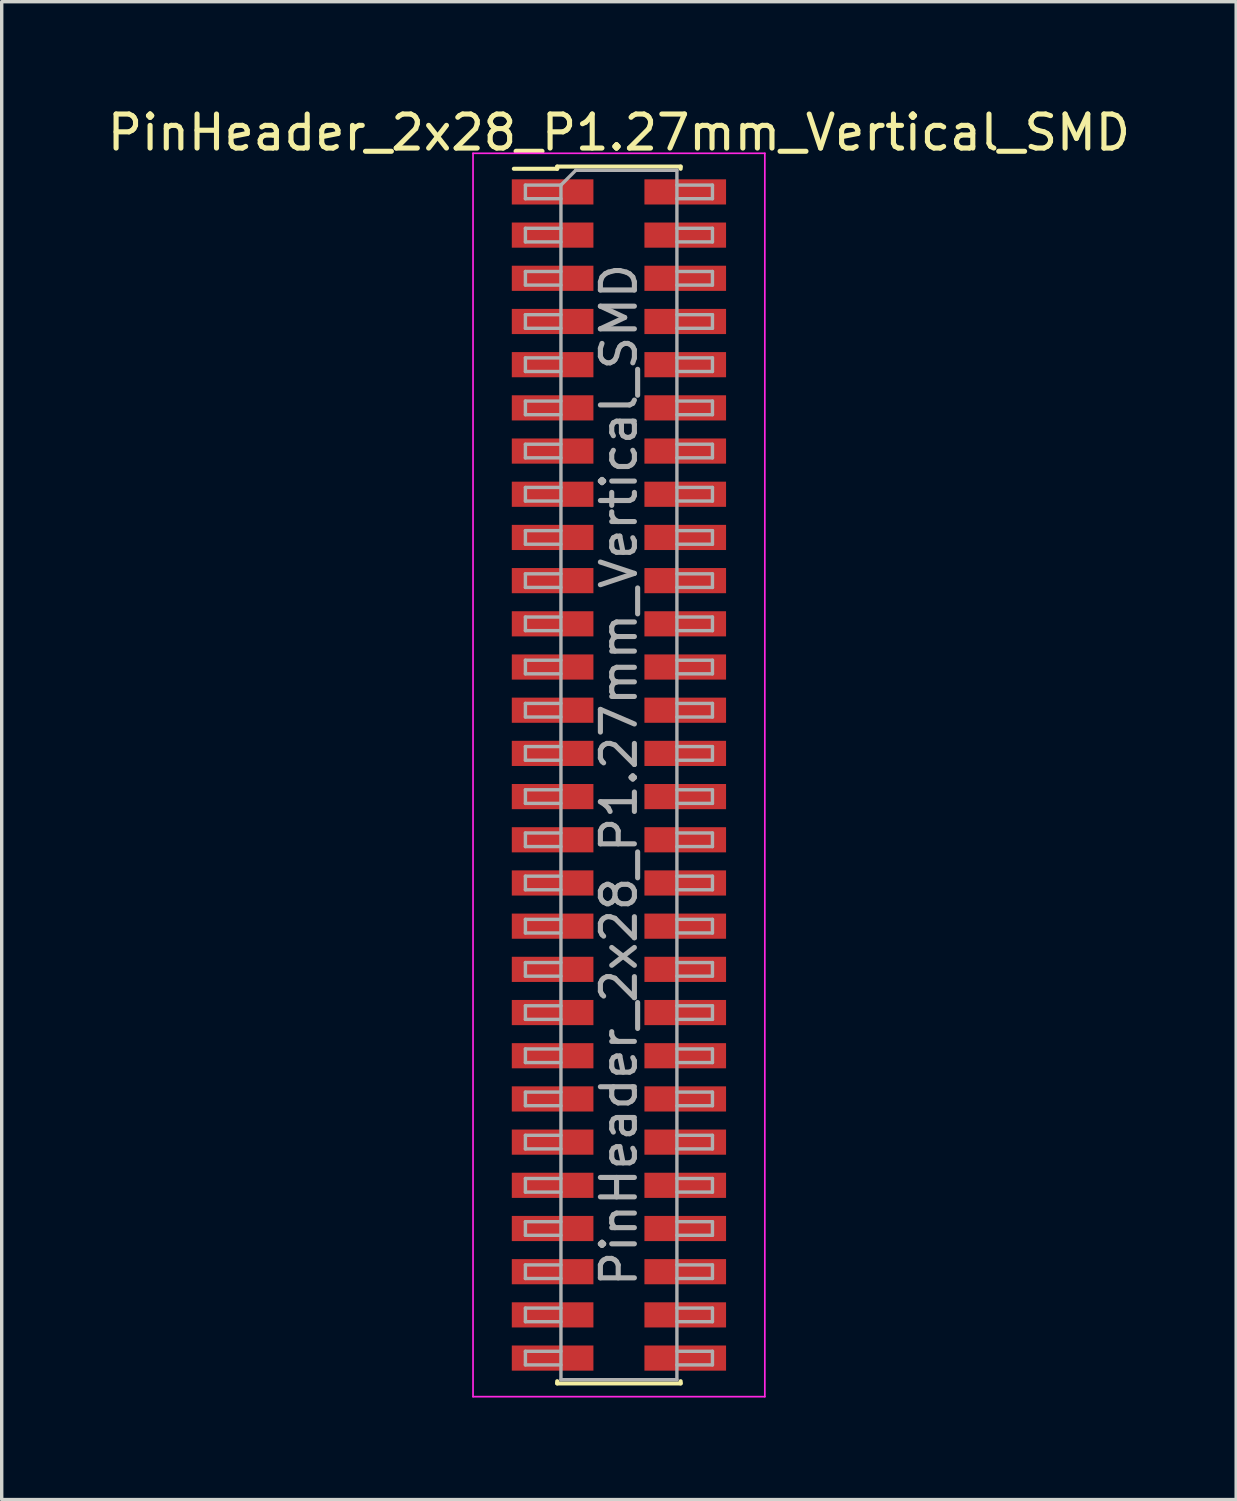
<source format=kicad_pcb>
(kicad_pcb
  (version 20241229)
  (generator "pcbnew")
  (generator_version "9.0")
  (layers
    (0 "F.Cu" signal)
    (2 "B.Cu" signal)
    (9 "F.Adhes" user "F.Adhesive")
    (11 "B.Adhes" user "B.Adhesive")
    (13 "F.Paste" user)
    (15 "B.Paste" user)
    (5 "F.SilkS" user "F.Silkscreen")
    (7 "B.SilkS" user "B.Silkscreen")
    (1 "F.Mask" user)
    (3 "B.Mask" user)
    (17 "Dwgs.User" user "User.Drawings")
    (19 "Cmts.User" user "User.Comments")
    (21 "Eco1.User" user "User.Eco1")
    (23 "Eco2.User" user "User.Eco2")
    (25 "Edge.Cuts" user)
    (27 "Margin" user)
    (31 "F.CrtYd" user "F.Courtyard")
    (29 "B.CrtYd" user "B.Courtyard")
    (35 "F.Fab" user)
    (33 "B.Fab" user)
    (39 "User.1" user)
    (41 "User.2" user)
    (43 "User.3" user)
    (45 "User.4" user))
  (footprint "PinHeader_2x28_P1.27mm_Vertical_SMD"
    (layer "F.Cu")
    (at 15.149 19.738)
    (property "Reference" "PinHeader_2x28_P1.27mm_Vertical_SMD" (at 0 -18.89 0) (layer "F.SilkS") (effects (font (size 1 1) (thickness 0.15))))
    (attr smd)
    (fp_line (start -3.09 -17.825) (end -1.815 -17.825) (stroke (width 0.12) (type solid)) (layer "F.SilkS"))
    (fp_line (start -1.815 -17.89) (end -1.815 -17.825) (stroke (width 0.12) (type solid)) (layer "F.SilkS"))
    (fp_line (start -1.815 -17.89) (end 1.815 -17.89) (stroke (width 0.12) (type solid)) (layer "F.SilkS"))
    (fp_line (start -1.815 17.825) (end -1.815 17.89) (stroke (width 0.12) (type solid)) (layer "F.SilkS"))
    (fp_line (start -1.815 17.89) (end 1.815 17.89) (stroke (width 0.12) (type solid)) (layer "F.SilkS"))
    (fp_line (start 1.815 -17.89) (end 1.815 -17.825) (stroke (width 0.12) (type solid)) (layer "F.SilkS"))
    (fp_line (start 1.815 17.825) (end 1.815 17.89) (stroke (width 0.12) (type solid)) (layer "F.SilkS"))
    (fp_line (start -4.29 -18.28) (end -4.29 18.28) (stroke (width 0.05) (type solid)) (layer "F.CrtYd"))
    (fp_line (start -4.29 18.28) (end 4.29 18.28) (stroke (width 0.05) (type solid)) (layer "F.CrtYd"))
    (fp_line (start 4.29 -18.28) (end -4.29 -18.28) (stroke (width 0.05) (type solid)) (layer "F.CrtYd"))
    (fp_line (start 4.29 18.28) (end 4.29 -18.28) (stroke (width 0.05) (type solid)) (layer "F.CrtYd"))
    (fp_line (start -2.75 -17.345) (end -2.75 -16.945) (stroke (width 0.1) (type solid)) (layer "F.Fab"))
    (fp_line (start -2.75 -16.945) (end -1.705 -16.945) (stroke (width 0.1) (type solid)) (layer "F.Fab"))
    (fp_line (start -2.75 -16.075) (end -2.75 -15.675) (stroke (width 0.1) (type solid)) (layer "F.Fab"))
    (fp_line (start -2.75 -15.675) (end -1.705 -15.675) (stroke (width 0.1) (type solid)) (layer "F.Fab"))
    (fp_line (start -2.75 -14.805) (end -2.75 -14.405) (stroke (width 0.1) (type solid)) (layer "F.Fab"))
    (fp_line (start -2.75 -14.405) (end -1.705 -14.405) (stroke (width 0.1) (type solid)) (layer "F.Fab"))
    (fp_line (start -2.75 -13.535) (end -2.75 -13.135) (stroke (width 0.1) (type solid)) (layer "F.Fab"))
    (fp_line (start -2.75 -13.135) (end -1.705 -13.135) (stroke (width 0.1) (type solid)) (layer "F.Fab"))
    (fp_line (start -2.75 -12.265) (end -2.75 -11.865) (stroke (width 0.1) (type solid)) (layer "F.Fab"))
    (fp_line (start -2.75 -11.865) (end -1.705 -11.865) (stroke (width 0.1) (type solid)) (layer "F.Fab"))
    (fp_line (start -2.75 -10.995) (end -2.75 -10.595) (stroke (width 0.1) (type solid)) (layer "F.Fab"))
    (fp_line (start -2.75 -10.595) (end -1.705 -10.595) (stroke (width 0.1) (type solid)) (layer "F.Fab"))
    (fp_line (start -2.75 -9.725) (end -2.75 -9.325) (stroke (width 0.1) (type solid)) (layer "F.Fab"))
    (fp_line (start -2.75 -9.325) (end -1.705 -9.325) (stroke (width 0.1) (type solid)) (layer "F.Fab"))
    (fp_line (start -2.75 -8.455) (end -2.75 -8.055) (stroke (width 0.1) (type solid)) (layer "F.Fab"))
    (fp_line (start -2.75 -8.055) (end -1.705 -8.055) (stroke (width 0.1) (type solid)) (layer "F.Fab"))
    (fp_line (start -2.75 -7.185) (end -2.75 -6.785) (stroke (width 0.1) (type solid)) (layer "F.Fab"))
    (fp_line (start -2.75 -6.785) (end -1.705 -6.785) (stroke (width 0.1) (type solid)) (layer "F.Fab"))
    (fp_line (start -2.75 -5.915) (end -2.75 -5.515) (stroke (width 0.1) (type solid)) (layer "F.Fab"))
    (fp_line (start -2.75 -5.515) (end -1.705 -5.515) (stroke (width 0.1) (type solid)) (layer "F.Fab"))
    (fp_line (start -2.75 -4.645) (end -2.75 -4.245) (stroke (width 0.1) (type solid)) (layer "F.Fab"))
    (fp_line (start -2.75 -4.245) (end -1.705 -4.245) (stroke (width 0.1) (type solid)) (layer "F.Fab"))
    (fp_line (start -2.75 -3.375) (end -2.75 -2.975) (stroke (width 0.1) (type solid)) (layer "F.Fab"))
    (fp_line (start -2.75 -2.975) (end -1.705 -2.975) (stroke (width 0.1) (type solid)) (layer "F.Fab"))
    (fp_line (start -2.75 -2.105) (end -2.75 -1.705) (stroke (width 0.1) (type solid)) (layer "F.Fab"))
    (fp_line (start -2.75 -1.705) (end -1.705 -1.705) (stroke (width 0.1) (type solid)) (layer "F.Fab"))
    (fp_line (start -2.75 -0.835) (end -2.75 -0.435) (stroke (width 0.1) (type solid)) (layer "F.Fab"))
    (fp_line (start -2.75 -0.435) (end -1.705 -0.435) (stroke (width 0.1) (type solid)) (layer "F.Fab"))
    (fp_line (start -2.75 0.435) (end -2.75 0.835) (stroke (width 0.1) (type solid)) (layer "F.Fab"))
    (fp_line (start -2.75 0.835) (end -1.705 0.835) (stroke (width 0.1) (type solid)) (layer "F.Fab"))
    (fp_line (start -2.75 1.705) (end -2.75 2.105) (stroke (width 0.1) (type solid)) (layer "F.Fab"))
    (fp_line (start -2.75 2.105) (end -1.705 2.105) (stroke (width 0.1) (type solid)) (layer "F.Fab"))
    (fp_line (start -2.75 2.975) (end -2.75 3.375) (stroke (width 0.1) (type solid)) (layer "F.Fab"))
    (fp_line (start -2.75 3.375) (end -1.705 3.375) (stroke (width 0.1) (type solid)) (layer "F.Fab"))
    (fp_line (start -2.75 4.245) (end -2.75 4.645) (stroke (width 0.1) (type solid)) (layer "F.Fab"))
    (fp_line (start -2.75 4.645) (end -1.705 4.645) (stroke (width 0.1) (type solid)) (layer "F.Fab"))
    (fp_line (start -2.75 5.515) (end -2.75 5.915) (stroke (width 0.1) (type solid)) (layer "F.Fab"))
    (fp_line (start -2.75 5.915) (end -1.705 5.915) (stroke (width 0.1) (type solid)) (layer "F.Fab"))
    (fp_line (start -2.75 6.785) (end -2.75 7.185) (stroke (width 0.1) (type solid)) (layer "F.Fab"))
    (fp_line (start -2.75 7.185) (end -1.705 7.185) (stroke (width 0.1) (type solid)) (layer "F.Fab"))
    (fp_line (start -2.75 8.055) (end -2.75 8.455) (stroke (width 0.1) (type solid)) (layer "F.Fab"))
    (fp_line (start -2.75 8.455) (end -1.705 8.455) (stroke (width 0.1) (type solid)) (layer "F.Fab"))
    (fp_line (start -2.75 9.325) (end -2.75 9.725) (stroke (width 0.1) (type solid)) (layer "F.Fab"))
    (fp_line (start -2.75 9.725) (end -1.705 9.725) (stroke (width 0.1) (type solid)) (layer "F.Fab"))
    (fp_line (start -2.75 10.595) (end -2.75 10.995) (stroke (width 0.1) (type solid)) (layer "F.Fab"))
    (fp_line (start -2.75 10.995) (end -1.705 10.995) (stroke (width 0.1) (type solid)) (layer "F.Fab"))
    (fp_line (start -2.75 11.865) (end -2.75 12.265) (stroke (width 0.1) (type solid)) (layer "F.Fab"))
    (fp_line (start -2.75 12.265) (end -1.705 12.265) (stroke (width 0.1) (type solid)) (layer "F.Fab"))
    (fp_line (start -2.75 13.135) (end -2.75 13.535) (stroke (width 0.1) (type solid)) (layer "F.Fab"))
    (fp_line (start -2.75 13.535) (end -1.705 13.535) (stroke (width 0.1) (type solid)) (layer "F.Fab"))
    (fp_line (start -2.75 14.405) (end -2.75 14.805) (stroke (width 0.1) (type solid)) (layer "F.Fab"))
    (fp_line (start -2.75 14.805) (end -1.705 14.805) (stroke (width 0.1) (type solid)) (layer "F.Fab"))
    (fp_line (start -2.75 15.675) (end -2.75 16.075) (stroke (width 0.1) (type solid)) (layer "F.Fab"))
    (fp_line (start -2.75 16.075) (end -1.705 16.075) (stroke (width 0.1) (type solid)) (layer "F.Fab"))
    (fp_line (start -2.75 16.945) (end -2.75 17.345) (stroke (width 0.1) (type solid)) (layer "F.Fab"))
    (fp_line (start -2.75 17.345) (end -1.705 17.345) (stroke (width 0.1) (type solid)) (layer "F.Fab"))
    (fp_line (start -1.705 -17.345) (end -2.75 -17.345) (stroke (width 0.1) (type solid)) (layer "F.Fab"))
    (fp_line (start -1.705 -17.345) (end -1.27 -17.78) (stroke (width 0.1) (type solid)) (layer "F.Fab"))
    (fp_line (start -1.705 -16.075) (end -2.75 -16.075) (stroke (width 0.1) (type solid)) (layer "F.Fab"))
    (fp_line (start -1.705 -14.805) (end -2.75 -14.805) (stroke (width 0.1) (type solid)) (layer "F.Fab"))
    (fp_line (start -1.705 -13.535) (end -2.75 -13.535) (stroke (width 0.1) (type solid)) (layer "F.Fab"))
    (fp_line (start -1.705 -12.265) (end -2.75 -12.265) (stroke (width 0.1) (type solid)) (layer "F.Fab"))
    (fp_line (start -1.705 -10.995) (end -2.75 -10.995) (stroke (width 0.1) (type solid)) (layer "F.Fab"))
    (fp_line (start -1.705 -9.725) (end -2.75 -9.725) (stroke (width 0.1) (type solid)) (layer "F.Fab"))
    (fp_line (start -1.705 -8.455) (end -2.75 -8.455) (stroke (width 0.1) (type solid)) (layer "F.Fab"))
    (fp_line (start -1.705 -7.185) (end -2.75 -7.185) (stroke (width 0.1) (type solid)) (layer "F.Fab"))
    (fp_line (start -1.705 -5.915) (end -2.75 -5.915) (stroke (width 0.1) (type solid)) (layer "F.Fab"))
    (fp_line (start -1.705 -4.645) (end -2.75 -4.645) (stroke (width 0.1) (type solid)) (layer "F.Fab"))
    (fp_line (start -1.705 -3.375) (end -2.75 -3.375) (stroke (width 0.1) (type solid)) (layer "F.Fab"))
    (fp_line (start -1.705 -2.105) (end -2.75 -2.105) (stroke (width 0.1) (type solid)) (layer "F.Fab"))
    (fp_line (start -1.705 -0.835) (end -2.75 -0.835) (stroke (width 0.1) (type solid)) (layer "F.Fab"))
    (fp_line (start -1.705 0.435) (end -2.75 0.435) (stroke (width 0.1) (type solid)) (layer "F.Fab"))
    (fp_line (start -1.705 1.705) (end -2.75 1.705) (stroke (width 0.1) (type solid)) (layer "F.Fab"))
    (fp_line (start -1.705 2.975) (end -2.75 2.975) (stroke (width 0.1) (type solid)) (layer "F.Fab"))
    (fp_line (start -1.705 4.245) (end -2.75 4.245) (stroke (width 0.1) (type solid)) (layer "F.Fab"))
    (fp_line (start -1.705 5.515) (end -2.75 5.515) (stroke (width 0.1) (type solid)) (layer "F.Fab"))
    (fp_line (start -1.705 6.785) (end -2.75 6.785) (stroke (width 0.1) (type solid)) (layer "F.Fab"))
    (fp_line (start -1.705 8.055) (end -2.75 8.055) (stroke (width 0.1) (type solid)) (layer "F.Fab"))
    (fp_line (start -1.705 9.325) (end -2.75 9.325) (stroke (width 0.1) (type solid)) (layer "F.Fab"))
    (fp_line (start -1.705 10.595) (end -2.75 10.595) (stroke (width 0.1) (type solid)) (layer "F.Fab"))
    (fp_line (start -1.705 11.865) (end -2.75 11.865) (stroke (width 0.1) (type solid)) (layer "F.Fab"))
    (fp_line (start -1.705 13.135) (end -2.75 13.135) (stroke (width 0.1) (type solid)) (layer "F.Fab"))
    (fp_line (start -1.705 14.405) (end -2.75 14.405) (stroke (width 0.1) (type solid)) (layer "F.Fab"))
    (fp_line (start -1.705 15.675) (end -2.75 15.675) (stroke (width 0.1) (type solid)) (layer "F.Fab"))
    (fp_line (start -1.705 16.945) (end -2.75 16.945) (stroke (width 0.1) (type solid)) (layer "F.Fab"))
    (fp_line (start -1.705 17.78) (end -1.705 -17.345) (stroke (width 0.1) (type solid)) (layer "F.Fab"))
    (fp_line (start -1.27 -17.78) (end 1.705 -17.78) (stroke (width 0.1) (type solid)) (layer "F.Fab"))
    (fp_line (start 1.705 -17.78) (end 1.705 17.78) (stroke (width 0.1) (type solid)) (layer "F.Fab"))
    (fp_line (start 1.705 -17.345) (end 2.75 -17.345) (stroke (width 0.1) (type solid)) (layer "F.Fab"))
    (fp_line (start 1.705 -16.075) (end 2.75 -16.075) (stroke (width 0.1) (type solid)) (layer "F.Fab"))
    (fp_line (start 1.705 -14.805) (end 2.75 -14.805) (stroke (width 0.1) (type solid)) (layer "F.Fab"))
    (fp_line (start 1.705 -13.535) (end 2.75 -13.535) (stroke (width 0.1) (type solid)) (layer "F.Fab"))
    (fp_line (start 1.705 -12.265) (end 2.75 -12.265) (stroke (width 0.1) (type solid)) (layer "F.Fab"))
    (fp_line (start 1.705 -10.995) (end 2.75 -10.995) (stroke (width 0.1) (type solid)) (layer "F.Fab"))
    (fp_line (start 1.705 -9.725) (end 2.75 -9.725) (stroke (width 0.1) (type solid)) (layer "F.Fab"))
    (fp_line (start 1.705 -8.455) (end 2.75 -8.455) (stroke (width 0.1) (type solid)) (layer "F.Fab"))
    (fp_line (start 1.705 -7.185) (end 2.75 -7.185) (stroke (width 0.1) (type solid)) (layer "F.Fab"))
    (fp_line (start 1.705 -5.915) (end 2.75 -5.915) (stroke (width 0.1) (type solid)) (layer "F.Fab"))
    (fp_line (start 1.705 -4.645) (end 2.75 -4.645) (stroke (width 0.1) (type solid)) (layer "F.Fab"))
    (fp_line (start 1.705 -3.375) (end 2.75 -3.375) (stroke (width 0.1) (type solid)) (layer "F.Fab"))
    (fp_line (start 1.705 -2.105) (end 2.75 -2.105) (stroke (width 0.1) (type solid)) (layer "F.Fab"))
    (fp_line (start 1.705 -0.835) (end 2.75 -0.835) (stroke (width 0.1) (type solid)) (layer "F.Fab"))
    (fp_line (start 1.705 0.435) (end 2.75 0.435) (stroke (width 0.1) (type solid)) (layer "F.Fab"))
    (fp_line (start 1.705 1.705) (end 2.75 1.705) (stroke (width 0.1) (type solid)) (layer "F.Fab"))
    (fp_line (start 1.705 2.975) (end 2.75 2.975) (stroke (width 0.1) (type solid)) (layer "F.Fab"))
    (fp_line (start 1.705 4.245) (end 2.75 4.245) (stroke (width 0.1) (type solid)) (layer "F.Fab"))
    (fp_line (start 1.705 5.515) (end 2.75 5.515) (stroke (width 0.1) (type solid)) (layer "F.Fab"))
    (fp_line (start 1.705 6.785) (end 2.75 6.785) (stroke (width 0.1) (type solid)) (layer "F.Fab"))
    (fp_line (start 1.705 8.055) (end 2.75 8.055) (stroke (width 0.1) (type solid)) (layer "F.Fab"))
    (fp_line (start 1.705 9.325) (end 2.75 9.325) (stroke (width 0.1) (type solid)) (layer "F.Fab"))
    (fp_line (start 1.705 10.595) (end 2.75 10.595) (stroke (width 0.1) (type solid)) (layer "F.Fab"))
    (fp_line (start 1.705 11.865) (end 2.75 11.865) (stroke (width 0.1) (type solid)) (layer "F.Fab"))
    (fp_line (start 1.705 13.135) (end 2.75 13.135) (stroke (width 0.1) (type solid)) (layer "F.Fab"))
    (fp_line (start 1.705 14.405) (end 2.75 14.405) (stroke (width 0.1) (type solid)) (layer "F.Fab"))
    (fp_line (start 1.705 15.675) (end 2.75 15.675) (stroke (width 0.1) (type solid)) (layer "F.Fab"))
    (fp_line (start 1.705 16.945) (end 2.75 16.945) (stroke (width 0.1) (type solid)) (layer "F.Fab"))
    (fp_line (start 1.705 17.78) (end -1.705 17.78) (stroke (width 0.1) (type solid)) (layer "F.Fab"))
    (fp_line (start 2.75 -17.345) (end 2.75 -16.945) (stroke (width 0.1) (type solid)) (layer "F.Fab"))
    (fp_line (start 2.75 -16.945) (end 1.705 -16.945) (stroke (width 0.1) (type solid)) (layer "F.Fab"))
    (fp_line (start 2.75 -16.075) (end 2.75 -15.675) (stroke (width 0.1) (type solid)) (layer "F.Fab"))
    (fp_line (start 2.75 -15.675) (end 1.705 -15.675) (stroke (width 0.1) (type solid)) (layer "F.Fab"))
    (fp_line (start 2.75 -14.805) (end 2.75 -14.405) (stroke (width 0.1) (type solid)) (layer "F.Fab"))
    (fp_line (start 2.75 -14.405) (end 1.705 -14.405) (stroke (width 0.1) (type solid)) (layer "F.Fab"))
    (fp_line (start 2.75 -13.535) (end 2.75 -13.135) (stroke (width 0.1) (type solid)) (layer "F.Fab"))
    (fp_line (start 2.75 -13.135) (end 1.705 -13.135) (stroke (width 0.1) (type solid)) (layer "F.Fab"))
    (fp_line (start 2.75 -12.265) (end 2.75 -11.865) (stroke (width 0.1) (type solid)) (layer "F.Fab"))
    (fp_line (start 2.75 -11.865) (end 1.705 -11.865) (stroke (width 0.1) (type solid)) (layer "F.Fab"))
    (fp_line (start 2.75 -10.995) (end 2.75 -10.595) (stroke (width 0.1) (type solid)) (layer "F.Fab"))
    (fp_line (start 2.75 -10.595) (end 1.705 -10.595) (stroke (width 0.1) (type solid)) (layer "F.Fab"))
    (fp_line (start 2.75 -9.725) (end 2.75 -9.325) (stroke (width 0.1) (type solid)) (layer "F.Fab"))
    (fp_line (start 2.75 -9.325) (end 1.705 -9.325) (stroke (width 0.1) (type solid)) (layer "F.Fab"))
    (fp_line (start 2.75 -8.455) (end 2.75 -8.055) (stroke (width 0.1) (type solid)) (layer "F.Fab"))
    (fp_line (start 2.75 -8.055) (end 1.705 -8.055) (stroke (width 0.1) (type solid)) (layer "F.Fab"))
    (fp_line (start 2.75 -7.185) (end 2.75 -6.785) (stroke (width 0.1) (type solid)) (layer "F.Fab"))
    (fp_line (start 2.75 -6.785) (end 1.705 -6.785) (stroke (width 0.1) (type solid)) (layer "F.Fab"))
    (fp_line (start 2.75 -5.915) (end 2.75 -5.515) (stroke (width 0.1) (type solid)) (layer "F.Fab"))
    (fp_line (start 2.75 -5.515) (end 1.705 -5.515) (stroke (width 0.1) (type solid)) (layer "F.Fab"))
    (fp_line (start 2.75 -4.645) (end 2.75 -4.245) (stroke (width 0.1) (type solid)) (layer "F.Fab"))
    (fp_line (start 2.75 -4.245) (end 1.705 -4.245) (stroke (width 0.1) (type solid)) (layer "F.Fab"))
    (fp_line (start 2.75 -3.375) (end 2.75 -2.975) (stroke (width 0.1) (type solid)) (layer "F.Fab"))
    (fp_line (start 2.75 -2.975) (end 1.705 -2.975) (stroke (width 0.1) (type solid)) (layer "F.Fab"))
    (fp_line (start 2.75 -2.105) (end 2.75 -1.705) (stroke (width 0.1) (type solid)) (layer "F.Fab"))
    (fp_line (start 2.75 -1.705) (end 1.705 -1.705) (stroke (width 0.1) (type solid)) (layer "F.Fab"))
    (fp_line (start 2.75 -0.835) (end 2.75 -0.435) (stroke (width 0.1) (type solid)) (layer "F.Fab"))
    (fp_line (start 2.75 -0.435) (end 1.705 -0.435) (stroke (width 0.1) (type solid)) (layer "F.Fab"))
    (fp_line (start 2.75 0.435) (end 2.75 0.835) (stroke (width 0.1) (type solid)) (layer "F.Fab"))
    (fp_line (start 2.75 0.835) (end 1.705 0.835) (stroke (width 0.1) (type solid)) (layer "F.Fab"))
    (fp_line (start 2.75 1.705) (end 2.75 2.105) (stroke (width 0.1) (type solid)) (layer "F.Fab"))
    (fp_line (start 2.75 2.105) (end 1.705 2.105) (stroke (width 0.1) (type solid)) (layer "F.Fab"))
    (fp_line (start 2.75 2.975) (end 2.75 3.375) (stroke (width 0.1) (type solid)) (layer "F.Fab"))
    (fp_line (start 2.75 3.375) (end 1.705 3.375) (stroke (width 0.1) (type solid)) (layer "F.Fab"))
    (fp_line (start 2.75 4.245) (end 2.75 4.645) (stroke (width 0.1) (type solid)) (layer "F.Fab"))
    (fp_line (start 2.75 4.645) (end 1.705 4.645) (stroke (width 0.1) (type solid)) (layer "F.Fab"))
    (fp_line (start 2.75 5.515) (end 2.75 5.915) (stroke (width 0.1) (type solid)) (layer "F.Fab"))
    (fp_line (start 2.75 5.915) (end 1.705 5.915) (stroke (width 0.1) (type solid)) (layer "F.Fab"))
    (fp_line (start 2.75 6.785) (end 2.75 7.185) (stroke (width 0.1) (type solid)) (layer "F.Fab"))
    (fp_line (start 2.75 7.185) (end 1.705 7.185) (stroke (width 0.1) (type solid)) (layer "F.Fab"))
    (fp_line (start 2.75 8.055) (end 2.75 8.455) (stroke (width 0.1) (type solid)) (layer "F.Fab"))
    (fp_line (start 2.75 8.455) (end 1.705 8.455) (stroke (width 0.1) (type solid)) (layer "F.Fab"))
    (fp_line (start 2.75 9.325) (end 2.75 9.725) (stroke (width 0.1) (type solid)) (layer "F.Fab"))
    (fp_line (start 2.75 9.725) (end 1.705 9.725) (stroke (width 0.1) (type solid)) (layer "F.Fab"))
    (fp_line (start 2.75 10.595) (end 2.75 10.995) (stroke (width 0.1) (type solid)) (layer "F.Fab"))
    (fp_line (start 2.75 10.995) (end 1.705 10.995) (stroke (width 0.1) (type solid)) (layer "F.Fab"))
    (fp_line (start 2.75 11.865) (end 2.75 12.265) (stroke (width 0.1) (type solid)) (layer "F.Fab"))
    (fp_line (start 2.75 12.265) (end 1.705 12.265) (stroke (width 0.1) (type solid)) (layer "F.Fab"))
    (fp_line (start 2.75 13.135) (end 2.75 13.535) (stroke (width 0.1) (type solid)) (layer "F.Fab"))
    (fp_line (start 2.75 13.535) (end 1.705 13.535) (stroke (width 0.1) (type solid)) (layer "F.Fab"))
    (fp_line (start 2.75 14.405) (end 2.75 14.805) (stroke (width 0.1) (type solid)) (layer "F.Fab"))
    (fp_line (start 2.75 14.805) (end 1.705 14.805) (stroke (width 0.1) (type solid)) (layer "F.Fab"))
    (fp_line (start 2.75 15.675) (end 2.75 16.075) (stroke (width 0.1) (type solid)) (layer "F.Fab"))
    (fp_line (start 2.75 16.075) (end 1.705 16.075) (stroke (width 0.1) (type solid)) (layer "F.Fab"))
    (fp_line (start 2.75 16.945) (end 2.75 17.345) (stroke (width 0.1) (type solid)) (layer "F.Fab"))
    (fp_line (start 2.75 17.345) (end 1.705 17.345) (stroke (width 0.1) (type solid)) (layer "F.Fab"))
    (fp_text user "${REFERENCE}" (at 0 0 90) (layer "F.Fab") (effects (font (size 1 1) (thickness 0.15))))
    (pad "1" smd rect (at -1.95 -17.145) (size 2.4 0.74) (layers "F.Cu" "F.Mask" "F.Paste"))
    (pad "2" smd rect (at 1.95 -17.145) (size 2.4 0.74) (layers "F.Cu" "F.Mask" "F.Paste"))
    (pad "3" smd rect (at -1.95 -15.875) (size 2.4 0.74) (layers "F.Cu" "F.Mask" "F.Paste"))
    (pad "4" smd rect (at 1.95 -15.875) (size 2.4 0.74) (layers "F.Cu" "F.Mask" "F.Paste"))
    (pad "5" smd rect (at -1.95 -14.605) (size 2.4 0.74) (layers "F.Cu" "F.Mask" "F.Paste"))
    (pad "6" smd rect (at 1.95 -14.605) (size 2.4 0.74) (layers "F.Cu" "F.Mask" "F.Paste"))
    (pad "7" smd rect (at -1.95 -13.335) (size 2.4 0.74) (layers "F.Cu" "F.Mask" "F.Paste"))
    (pad "8" smd rect (at 1.95 -13.335) (size 2.4 0.74) (layers "F.Cu" "F.Mask" "F.Paste"))
    (pad "9" smd rect (at -1.95 -12.065) (size 2.4 0.74) (layers "F.Cu" "F.Mask" "F.Paste"))
    (pad "10" smd rect (at 1.95 -12.065) (size 2.4 0.74) (layers "F.Cu" "F.Mask" "F.Paste"))
    (pad "11" smd rect (at -1.95 -10.795) (size 2.4 0.74) (layers "F.Cu" "F.Mask" "F.Paste"))
    (pad "12" smd rect (at 1.95 -10.795) (size 2.4 0.74) (layers "F.Cu" "F.Mask" "F.Paste"))
    (pad "13" smd rect (at -1.95 -9.525) (size 2.4 0.74) (layers "F.Cu" "F.Mask" "F.Paste"))
    (pad "14" smd rect (at 1.95 -9.525) (size 2.4 0.74) (layers "F.Cu" "F.Mask" "F.Paste"))
    (pad "15" smd rect (at -1.95 -8.255) (size 2.4 0.74) (layers "F.Cu" "F.Mask" "F.Paste"))
    (pad "16" smd rect (at 1.95 -8.255) (size 2.4 0.74) (layers "F.Cu" "F.Mask" "F.Paste"))
    (pad "17" smd rect (at -1.95 -6.985) (size 2.4 0.74) (layers "F.Cu" "F.Mask" "F.Paste"))
    (pad "18" smd rect (at 1.95 -6.985) (size 2.4 0.74) (layers "F.Cu" "F.Mask" "F.Paste"))
    (pad "19" smd rect (at -1.95 -5.715) (size 2.4 0.74) (layers "F.Cu" "F.Mask" "F.Paste"))
    (pad "20" smd rect (at 1.95 -5.715) (size 2.4 0.74) (layers "F.Cu" "F.Mask" "F.Paste"))
    (pad "21" smd rect (at -1.95 -4.445) (size 2.4 0.74) (layers "F.Cu" "F.Mask" "F.Paste"))
    (pad "22" smd rect (at 1.95 -4.445) (size 2.4 0.74) (layers "F.Cu" "F.Mask" "F.Paste"))
    (pad "23" smd rect (at -1.95 -3.175) (size 2.4 0.74) (layers "F.Cu" "F.Mask" "F.Paste"))
    (pad "24" smd rect (at 1.95 -3.175) (size 2.4 0.74) (layers "F.Cu" "F.Mask" "F.Paste"))
    (pad "25" smd rect (at -1.95 -1.905) (size 2.4 0.74) (layers "F.Cu" "F.Mask" "F.Paste"))
    (pad "26" smd rect (at 1.95 -1.905) (size 2.4 0.74) (layers "F.Cu" "F.Mask" "F.Paste"))
    (pad "27" smd rect (at -1.95 -0.635) (size 2.4 0.74) (layers "F.Cu" "F.Mask" "F.Paste"))
    (pad "28" smd rect (at 1.95 -0.635) (size 2.4 0.74) (layers "F.Cu" "F.Mask" "F.Paste"))
    (pad "29" smd rect (at -1.95 0.635) (size 2.4 0.74) (layers "F.Cu" "F.Mask" "F.Paste"))
    (pad "30" smd rect (at 1.95 0.635) (size 2.4 0.74) (layers "F.Cu" "F.Mask" "F.Paste"))
    (pad "31" smd rect (at -1.95 1.905) (size 2.4 0.74) (layers "F.Cu" "F.Mask" "F.Paste"))
    (pad "32" smd rect (at 1.95 1.905) (size 2.4 0.74) (layers "F.Cu" "F.Mask" "F.Paste"))
    (pad "33" smd rect (at -1.95 3.175) (size 2.4 0.74) (layers "F.Cu" "F.Mask" "F.Paste"))
    (pad "34" smd rect (at 1.95 3.175) (size 2.4 0.74) (layers "F.Cu" "F.Mask" "F.Paste"))
    (pad "35" smd rect (at -1.95 4.445) (size 2.4 0.74) (layers "F.Cu" "F.Mask" "F.Paste"))
    (pad "36" smd rect (at 1.95 4.445) (size 2.4 0.74) (layers "F.Cu" "F.Mask" "F.Paste"))
    (pad "37" smd rect (at -1.95 5.715) (size 2.4 0.74) (layers "F.Cu" "F.Mask" "F.Paste"))
    (pad "38" smd rect (at 1.95 5.715) (size 2.4 0.74) (layers "F.Cu" "F.Mask" "F.Paste"))
    (pad "39" smd rect (at -1.95 6.985) (size 2.4 0.74) (layers "F.Cu" "F.Mask" "F.Paste"))
    (pad "40" smd rect (at 1.95 6.985) (size 2.4 0.74) (layers "F.Cu" "F.Mask" "F.Paste"))
    (pad "41" smd rect (at -1.95 8.255) (size 2.4 0.74) (layers "F.Cu" "F.Mask" "F.Paste"))
    (pad "42" smd rect (at 1.95 8.255) (size 2.4 0.74) (layers "F.Cu" "F.Mask" "F.Paste"))
    (pad "43" smd rect (at -1.95 9.525) (size 2.4 0.74) (layers "F.Cu" "F.Mask" "F.Paste"))
    (pad "44" smd rect (at 1.95 9.525) (size 2.4 0.74) (layers "F.Cu" "F.Mask" "F.Paste"))
    (pad "45" smd rect (at -1.95 10.795) (size 2.4 0.74) (layers "F.Cu" "F.Mask" "F.Paste"))
    (pad "46" smd rect (at 1.95 10.795) (size 2.4 0.74) (layers "F.Cu" "F.Mask" "F.Paste"))
    (pad "47" smd rect (at -1.95 12.065) (size 2.4 0.74) (layers "F.Cu" "F.Mask" "F.Paste"))
    (pad "48" smd rect (at 1.95 12.065) (size 2.4 0.74) (layers "F.Cu" "F.Mask" "F.Paste"))
    (pad "49" smd rect (at -1.95 13.335) (size 2.4 0.74) (layers "F.Cu" "F.Mask" "F.Paste"))
    (pad "50" smd rect (at 1.95 13.335) (size 2.4 0.74) (layers "F.Cu" "F.Mask" "F.Paste"))
    (pad "51" smd rect (at -1.95 14.605) (size 2.4 0.74) (layers "F.Cu" "F.Mask" "F.Paste"))
    (pad "52" smd rect (at 1.95 14.605) (size 2.4 0.74) (layers "F.Cu" "F.Mask" "F.Paste"))
    (pad "53" smd rect (at -1.95 15.875) (size 2.4 0.74) (layers "F.Cu" "F.Mask" "F.Paste"))
    (pad "54" smd rect (at 1.95 15.875) (size 2.4 0.74) (layers "F.Cu" "F.Mask" "F.Paste"))
    (pad "55" smd rect (at -1.95 17.145) (size 2.4 0.74) (layers "F.Cu" "F.Mask" "F.Paste"))
    (pad "56" smd rect (at 1.95 17.145) (size 2.4 0.74) (layers "F.Cu" "F.Mask" "F.Paste")))
  (gr_rect
    (start -3 -3)
    (end 33.298 41.043)
    (stroke (width 0.1) (type default))
    (fill no)
    (layer "Edge.Cuts")))
</source>
